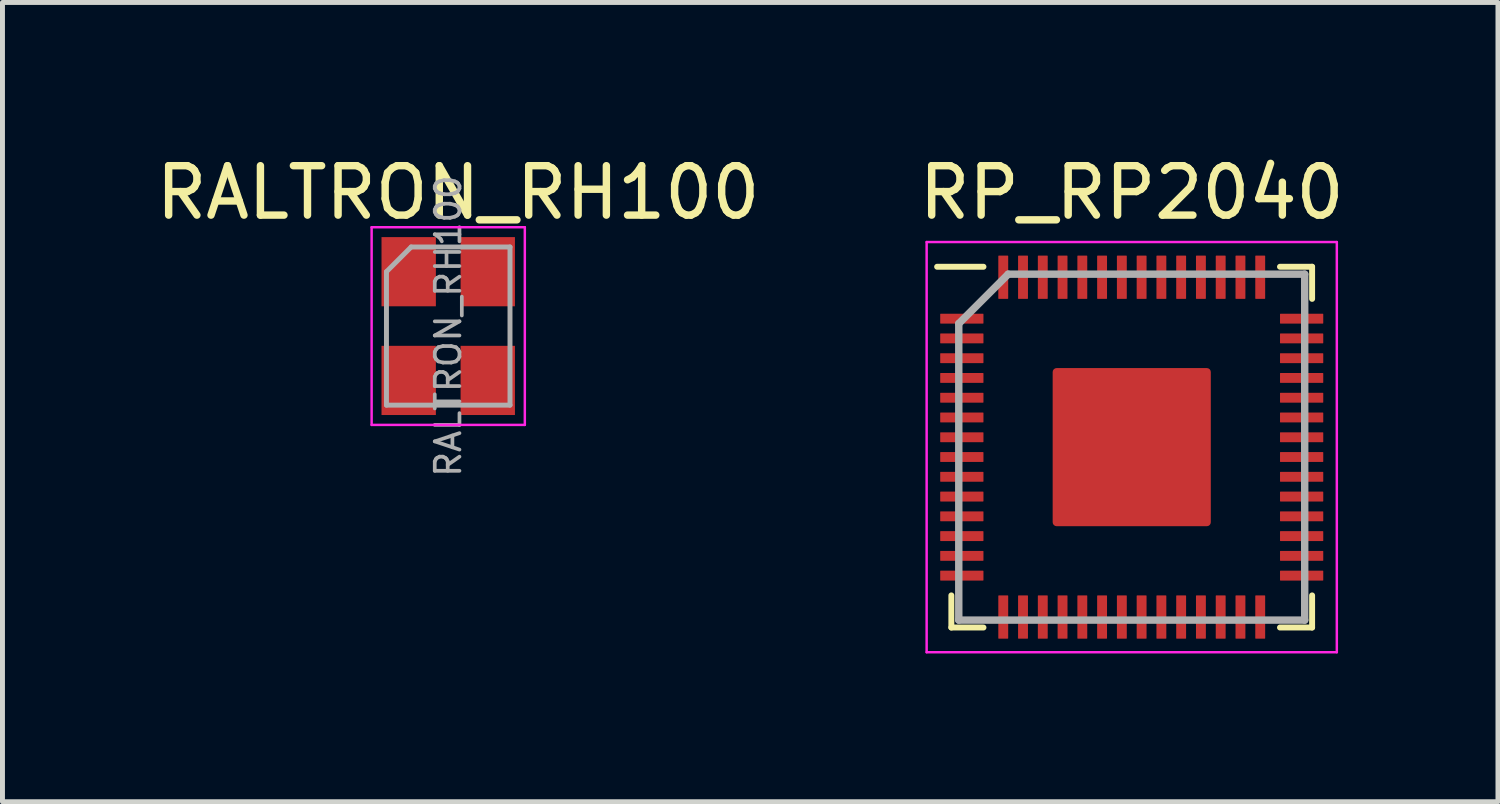
<source format=kicad_pcb>
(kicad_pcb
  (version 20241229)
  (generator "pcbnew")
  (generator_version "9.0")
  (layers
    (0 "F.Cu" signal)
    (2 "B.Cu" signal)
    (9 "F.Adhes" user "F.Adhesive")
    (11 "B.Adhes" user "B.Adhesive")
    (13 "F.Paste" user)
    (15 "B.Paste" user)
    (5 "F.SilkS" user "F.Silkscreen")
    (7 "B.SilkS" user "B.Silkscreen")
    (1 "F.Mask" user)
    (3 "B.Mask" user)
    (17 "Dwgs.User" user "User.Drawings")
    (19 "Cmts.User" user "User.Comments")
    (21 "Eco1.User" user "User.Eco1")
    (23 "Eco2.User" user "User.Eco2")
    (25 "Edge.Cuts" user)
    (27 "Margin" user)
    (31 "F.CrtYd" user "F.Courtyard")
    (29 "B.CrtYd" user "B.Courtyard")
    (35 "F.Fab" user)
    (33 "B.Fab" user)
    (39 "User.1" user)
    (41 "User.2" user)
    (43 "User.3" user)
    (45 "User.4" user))
  (footprint "RALTRON_RH100"
    (layer "F.Cu")
    (at 6.02 3.548)
    (property "Reference" "RALTRON_RH100" (at 0.2 -2.7 0) (layer "F.SilkS") (effects (font (size 1 1) (thickness 0.15))))
    (attr smd)
    (fp_line (start -1.55 -2) (end -1.55 2) (stroke (width 0.05) (type solid)) (layer "F.CrtYd"))
    (fp_line (start -1.55 2) (end 1.55 2) (stroke (width 0.05) (type solid)) (layer "F.CrtYd"))
    (fp_line (start 1.55 -2) (end -1.55 -2) (stroke (width 0.05) (type solid)) (layer "F.CrtYd"))
    (fp_line (start 1.55 2) (end 1.55 -2) (stroke (width 0.05) (type solid)) (layer "F.CrtYd"))
    (fp_line (start -1.25 -1.1) (end -0.75 -1.6) (stroke (width 0.1) (type solid)) (layer "F.Fab"))
    (fp_line (start -1.25 1.6) (end -1.25 -1.1) (stroke (width 0.1) (type solid)) (layer "F.Fab"))
    (fp_line (start -0.75 -1.6) (end 1.25 -1.6) (stroke (width 0.1) (type solid)) (layer "F.Fab"))
    (fp_line (start 1.25 -1.6) (end 1.25 1.6) (stroke (width 0.1) (type solid)) (layer "F.Fab"))
    (fp_line (start 1.25 1.6) (end -1.25 1.6) (stroke (width 0.1) (type solid)) (layer "F.Fab"))
    (fp_text user "${REFERENCE}" (at 0 0 270) (layer "F.Fab") (effects (font (size 0.5 0.5) (thickness 0.075))))
    (pad "1" smd rect (at -0.8 -1.1 270) (size 1.4 1.1) (layers "F.Cu" "F.Mask" "F.Paste"))
    (pad "2" smd rect (at -0.8 1.1 270) (size 1.4 1.1) (layers "F.Cu" "F.Mask" "F.Paste"))
    (pad "3" smd rect (at 0.8 1.1 270) (size 1.4 1.1) (layers "F.Cu" "F.Mask" "F.Paste"))
    (pad "4" smd rect (at 0.8 -1.1 270) (size 1.4 1.1) (layers "F.Cu" "F.Mask" "F.Paste")))
  (footprint "RP_RP2040"
    (layer "F.Cu")
    (at 19.851 5.998)
    (property "Reference" "RP_RP2040" (at 0 -5.15 0) (layer "F.SilkS") (effects (font (size 1 1) (thickness 0.15))))
    (attr through_hole)
    (fp_line (start -3.65 3.65) (end -3.65 3) (stroke (width 0.12) (type solid)) (layer "F.SilkS"))
    (fp_line (start -3 -3.65) (end -3.938 -3.65) (stroke (width 0.12) (type solid)) (layer "F.SilkS"))
    (fp_line (start -3 3.65) (end -3.65 3.65) (stroke (width 0.12) (type solid)) (layer "F.SilkS"))
    (fp_line (start 3 -3.65) (end 3.65 -3.65) (stroke (width 0.12) (type solid)) (layer "F.SilkS"))
    (fp_line (start 3 3.65) (end 3.65 3.65) (stroke (width 0.12) (type solid)) (layer "F.SilkS"))
    (fp_line (start 3.65 -3.65) (end 3.65 -3) (stroke (width 0.12) (type solid)) (layer "F.SilkS"))
    (fp_line (start 3.65 3.65) (end 3.65 3) (stroke (width 0.12) (type solid)) (layer "F.SilkS"))
    (fp_poly (pts (xy -3.225 -2.65) (xy -3.225 -2.55) (xy -3.775 -2.55) (xy -3.775 -2.65)) (stroke (width 0.1) (type solid)) (fill yes) (layer "F.Paste"))
    (fp_poly (pts (xy -3.225 -2.25) (xy -3.225 -2.15) (xy -3.775 -2.15) (xy -3.775 -2.25)) (stroke (width 0.1) (type solid)) (fill yes) (layer "F.Paste"))
    (fp_poly (pts (xy -3.225 -1.85) (xy -3.225 -1.75) (xy -3.775 -1.75) (xy -3.775 -1.85)) (stroke (width 0.1) (type solid)) (fill yes) (layer "F.Paste"))
    (fp_poly (pts (xy -3.225 -1.45) (xy -3.225 -1.35) (xy -3.775 -1.35) (xy -3.775 -1.45)) (stroke (width 0.1) (type solid)) (fill yes) (layer "F.Paste"))
    (fp_poly (pts (xy -3.225 -1.05) (xy -3.225 -0.95) (xy -3.775 -0.95) (xy -3.775 -1.05)) (stroke (width 0.1) (type solid)) (fill yes) (layer "F.Paste"))
    (fp_poly (pts (xy -3.225 -0.65) (xy -3.225 -0.55) (xy -3.775 -0.55) (xy -3.775 -0.65)) (stroke (width 0.1) (type solid)) (fill yes) (layer "F.Paste"))
    (fp_poly (pts (xy -3.225 -0.25) (xy -3.225 -0.15) (xy -3.775 -0.15) (xy -3.775 -0.25)) (stroke (width 0.1) (type solid)) (fill yes) (layer "F.Paste"))
    (fp_poly (pts (xy -3.225 0.15) (xy -3.225 0.25) (xy -3.775 0.25) (xy -3.775 0.15)) (stroke (width 0.1) (type solid)) (fill yes) (layer "F.Paste"))
    (fp_poly (pts (xy -3.225 0.55) (xy -3.225 0.65) (xy -3.775 0.65) (xy -3.775 0.55)) (stroke (width 0.1) (type solid)) (fill yes) (layer "F.Paste"))
    (fp_poly (pts (xy -3.225 0.95) (xy -3.225 1.05) (xy -3.775 1.05) (xy -3.775 0.95)) (stroke (width 0.1) (type solid)) (fill yes) (layer "F.Paste"))
    (fp_poly (pts (xy -3.225 1.35) (xy -3.225 1.45) (xy -3.775 1.45) (xy -3.775 1.35)) (stroke (width 0.1) (type solid)) (fill yes) (layer "F.Paste"))
    (fp_poly (pts (xy -3.225 1.75) (xy -3.225 1.85) (xy -3.775 1.85) (xy -3.775 1.75)) (stroke (width 0.1) (type solid)) (fill yes) (layer "F.Paste"))
    (fp_poly (pts (xy -3.225 2.15) (xy -3.225 2.25) (xy -3.775 2.25) (xy -3.775 2.15)) (stroke (width 0.1) (type solid)) (fill yes) (layer "F.Paste"))
    (fp_poly (pts (xy -3.225 2.55) (xy -3.225 2.65) (xy -3.775 2.65) (xy -3.775 2.55)) (stroke (width 0.1) (type solid)) (fill yes) (layer "F.Paste"))
    (fp_poly (pts (xy -2.65 3.225) (xy -2.55 3.225) (xy -2.55 3.775) (xy -2.65 3.775)) (stroke (width 0.1) (type solid)) (fill yes) (layer "F.Paste"))
    (fp_poly (pts (xy -2.55 -3.225) (xy -2.65 -3.225) (xy -2.65 -3.775) (xy -2.55 -3.775)) (stroke (width 0.1) (type solid)) (fill yes) (layer "F.Paste"))
    (fp_poly (pts (xy -2.25 3.225) (xy -2.15 3.225) (xy -2.15 3.775) (xy -2.25 3.775)) (stroke (width 0.1) (type solid)) (fill yes) (layer "F.Paste"))
    (fp_poly (pts (xy -2.15 -3.225) (xy -2.25 -3.225) (xy -2.25 -3.775) (xy -2.15 -3.775)) (stroke (width 0.1) (type solid)) (fill yes) (layer "F.Paste"))
    (fp_poly (pts (xy -1.85 3.225) (xy -1.75 3.225) (xy -1.75 3.775) (xy -1.85 3.775)) (stroke (width 0.1) (type solid)) (fill yes) (layer "F.Paste"))
    (fp_poly (pts (xy -1.75 -3.225) (xy -1.85 -3.225) (xy -1.85 -3.775) (xy -1.75 -3.775)) (stroke (width 0.1) (type solid)) (fill yes) (layer "F.Paste"))
    (fp_poly (pts (xy -1.45 3.225) (xy -1.35 3.225) (xy -1.35 3.775) (xy -1.45 3.775)) (stroke (width 0.1) (type solid)) (fill yes) (layer "F.Paste"))
    (fp_poly (pts (xy -1.35 -3.225) (xy -1.45 -3.225) (xy -1.45 -3.775) (xy -1.35 -3.775)) (stroke (width 0.1) (type solid)) (fill yes) (layer "F.Paste"))
    (fp_poly (pts (xy -1.05 3.225) (xy -0.95 3.225) (xy -0.95 3.775) (xy -1.05 3.775)) (stroke (width 0.1) (type solid)) (fill yes) (layer "F.Paste"))
    (fp_poly (pts (xy -0.95 -3.225) (xy -1.05 -3.225) (xy -1.05 -3.775) (xy -0.95 -3.775)) (stroke (width 0.1) (type solid)) (fill yes) (layer "F.Paste"))
    (fp_poly (pts (xy -0.65 3.225) (xy -0.55 3.225) (xy -0.55 3.775) (xy -0.65 3.775)) (stroke (width 0.1) (type solid)) (fill yes) (layer "F.Paste"))
    (fp_poly (pts (xy -0.55 -3.225) (xy -0.65 -3.225) (xy -0.65 -3.775) (xy -0.55 -3.775)) (stroke (width 0.1) (type solid)) (fill yes) (layer "F.Paste"))
    (fp_poly (pts (xy -0.3 -0.3) (xy -1.3 -0.3) (xy -1.3 -1.3) (xy -0.3 -1.3)) (stroke (width 0.12) (type solid)) (fill yes) (layer "F.Paste"))
    (fp_poly (pts (xy -0.3 1.3) (xy -1.3 1.3) (xy -1.3 0.3) (xy -0.3 0.3)) (stroke (width 0.12) (type solid)) (fill yes) (layer "F.Paste"))
    (fp_poly (pts (xy -0.25 3.225) (xy -0.15 3.225) (xy -0.15 3.775) (xy -0.25 3.775)) (stroke (width 0.1) (type solid)) (fill yes) (layer "F.Paste"))
    (fp_poly (pts (xy -0.15 -3.225) (xy -0.25 -3.225) (xy -0.25 -3.775) (xy -0.15 -3.775)) (stroke (width 0.1) (type solid)) (fill yes) (layer "F.Paste"))
    (fp_poly (pts (xy 0.15 3.225) (xy 0.25 3.225) (xy 0.25 3.775) (xy 0.15 3.775)) (stroke (width 0.1) (type solid)) (fill yes) (layer "F.Paste"))
    (fp_poly (pts (xy 0.25 -3.225) (xy 0.15 -3.225) (xy 0.15 -3.775) (xy 0.25 -3.775)) (stroke (width 0.1) (type solid)) (fill yes) (layer "F.Paste"))
    (fp_poly (pts (xy 0.55 3.225) (xy 0.65 3.225) (xy 0.65 3.775) (xy 0.55 3.775)) (stroke (width 0.1) (type solid)) (fill yes) (layer "F.Paste"))
    (fp_poly (pts (xy 0.65 -3.225) (xy 0.55 -3.225) (xy 0.55 -3.775) (xy 0.65 -3.775)) (stroke (width 0.1) (type solid)) (fill yes) (layer "F.Paste"))
    (fp_poly (pts (xy 0.95 3.225) (xy 1.05 3.225) (xy 1.05 3.775) (xy 0.95 3.775)) (stroke (width 0.1) (type solid)) (fill yes) (layer "F.Paste"))
    (fp_poly (pts (xy 1.05 -3.225) (xy 0.95 -3.225) (xy 0.95 -3.775) (xy 1.05 -3.775)) (stroke (width 0.1) (type solid)) (fill yes) (layer "F.Paste"))
    (fp_poly (pts (xy 1.3 -0.3) (xy 0.3 -0.3) (xy 0.3 -1.3) (xy 1.3 -1.3)) (stroke (width 0.12) (type solid)) (fill yes) (layer "F.Paste"))
    (fp_poly (pts (xy 1.3 1.3) (xy 0.3 1.3) (xy 0.3 0.3) (xy 1.3 0.3)) (stroke (width 0.12) (type solid)) (fill yes) (layer "F.Paste"))
    (fp_poly (pts (xy 1.35 3.225) (xy 1.45 3.225) (xy 1.45 3.775) (xy 1.35 3.775)) (stroke (width 0.1) (type solid)) (fill yes) (layer "F.Paste"))
    (fp_poly (pts (xy 1.45 -3.225) (xy 1.35 -3.225) (xy 1.35 -3.775) (xy 1.45 -3.775)) (stroke (width 0.1) (type solid)) (fill yes) (layer "F.Paste"))
    (fp_poly (pts (xy 1.75 3.225) (xy 1.85 3.225) (xy 1.85 3.775) (xy 1.75 3.775)) (stroke (width 0.1) (type solid)) (fill yes) (layer "F.Paste"))
    (fp_poly (pts (xy 1.85 -3.225) (xy 1.75 -3.225) (xy 1.75 -3.775) (xy 1.85 -3.775)) (stroke (width 0.1) (type solid)) (fill yes) (layer "F.Paste"))
    (fp_poly (pts (xy 2.15 3.225) (xy 2.25 3.225) (xy 2.25 3.775) (xy 2.15 3.775)) (stroke (width 0.1) (type solid)) (fill yes) (layer "F.Paste"))
    (fp_poly (pts (xy 2.25 -3.225) (xy 2.15 -3.225) (xy 2.15 -3.775) (xy 2.25 -3.775)) (stroke (width 0.1) (type solid)) (fill yes) (layer "F.Paste"))
    (fp_poly (pts (xy 2.55 3.225) (xy 2.65 3.225) (xy 2.65 3.775) (xy 2.55 3.775)) (stroke (width 0.1) (type solid)) (fill yes) (layer "F.Paste"))
    (fp_poly (pts (xy 2.65 -3.225) (xy 2.55 -3.225) (xy 2.55 -3.775) (xy 2.65 -3.775)) (stroke (width 0.1) (type solid)) (fill yes) (layer "F.Paste"))
    (fp_poly (pts (xy 3.225 -2.55) (xy 3.225 -2.65) (xy 3.775 -2.65) (xy 3.775 -2.55)) (stroke (width 0.1) (type solid)) (fill yes) (layer "F.Paste"))
    (fp_poly (pts (xy 3.225 -2.15) (xy 3.225 -2.25) (xy 3.775 -2.25) (xy 3.775 -2.15)) (stroke (width 0.1) (type solid)) (fill yes) (layer "F.Paste"))
    (fp_poly (pts (xy 3.225 -1.75) (xy 3.225 -1.85) (xy 3.775 -1.85) (xy 3.775 -1.75)) (stroke (width 0.1) (type solid)) (fill yes) (layer "F.Paste"))
    (fp_poly (pts (xy 3.225 -1.35) (xy 3.225 -1.45) (xy 3.775 -1.45) (xy 3.775 -1.35)) (stroke (width 0.1) (type solid)) (fill yes) (layer "F.Paste"))
    (fp_poly (pts (xy 3.225 -0.95) (xy 3.225 -1.05) (xy 3.775 -1.05) (xy 3.775 -0.95)) (stroke (width 0.1) (type solid)) (fill yes) (layer "F.Paste"))
    (fp_poly (pts (xy 3.225 -0.55) (xy 3.225 -0.65) (xy 3.775 -0.65) (xy 3.775 -0.55)) (stroke (width 0.1) (type solid)) (fill yes) (layer "F.Paste"))
    (fp_poly (pts (xy 3.225 -0.15) (xy 3.225 -0.25) (xy 3.775 -0.25) (xy 3.775 -0.15)) (stroke (width 0.1) (type solid)) (fill yes) (layer "F.Paste"))
    (fp_poly (pts (xy 3.225 0.25) (xy 3.225 0.15) (xy 3.775 0.15) (xy 3.775 0.25)) (stroke (width 0.1) (type solid)) (fill yes) (layer "F.Paste"))
    (fp_poly (pts (xy 3.225 0.65) (xy 3.225 0.55) (xy 3.775 0.55) (xy 3.775 0.65)) (stroke (width 0.1) (type solid)) (fill yes) (layer "F.Paste"))
    (fp_poly (pts (xy 3.225 1.05) (xy 3.225 0.95) (xy 3.775 0.95) (xy 3.775 1.05)) (stroke (width 0.1) (type solid)) (fill yes) (layer "F.Paste"))
    (fp_poly (pts (xy 3.225 1.45) (xy 3.225 1.35) (xy 3.775 1.35) (xy 3.775 1.45)) (stroke (width 0.1) (type solid)) (fill yes) (layer "F.Paste"))
    (fp_poly (pts (xy 3.225 1.85) (xy 3.225 1.75) (xy 3.775 1.75) (xy 3.775 1.85)) (stroke (width 0.1) (type solid)) (fill yes) (layer "F.Paste"))
    (fp_poly (pts (xy 3.225 2.25) (xy 3.225 2.15) (xy 3.775 2.15) (xy 3.775 2.25)) (stroke (width 0.1) (type solid)) (fill yes) (layer "F.Paste"))
    (fp_poly (pts (xy 3.225 2.65) (xy 3.225 2.55) (xy 3.775 2.55) (xy 3.775 2.65)) (stroke (width 0.1) (type solid)) (fill yes) (layer "F.Paste"))
    (fp_line (start -4.15 -4.15) (end 4.15 -4.15) (stroke (width 0.05) (type solid)) (layer "F.CrtYd"))
    (fp_line (start -4.15 4.15) (end -4.15 -4.15) (stroke (width 0.05) (type solid)) (layer "F.CrtYd"))
    (fp_line (start 4.15 -4.15) (end 4.15 4.15) (stroke (width 0.05) (type solid)) (layer "F.CrtYd"))
    (fp_line (start 4.15 4.15) (end -4.15 4.15) (stroke (width 0.05) (type solid)) (layer "F.CrtYd"))
    (fp_line (start -3.5 -2.5) (end -3.5 3.5) (stroke (width 0.15) (type solid)) (layer "F.Fab"))
    (fp_line (start -3.5 3.5) (end 3.5 3.5) (stroke (width 0.15) (type solid)) (layer "F.Fab"))
    (fp_line (start -2.5 -3.5) (end -3.5 -2.5) (stroke (width 0.15) (type solid)) (layer "F.Fab"))
    (fp_line (start 3.5 -3.5) (end -2.5 -3.5) (stroke (width 0.15) (type solid)) (layer "F.Fab"))
    (fp_line (start 3.5 3.5) (end 3.5 -3.5) (stroke (width 0.15) (type solid)) (layer "F.Fab"))
    (pad "1" smd roundrect (at -3.438 -2.6 90) (size 0.2 0.875) (layers "F.Cu" "F.Mask") (roundrect_rratio 0.05))
    (pad "2" smd roundrect (at -3.438 -2.2 90) (size 0.2 0.875) (layers "F.Cu" "F.Mask") (roundrect_rratio 0.05))
    (pad "3" smd roundrect (at -3.438 -1.8 90) (size 0.2 0.875) (layers "F.Cu" "F.Mask") (roundrect_rratio 0.05))
    (pad "4" smd roundrect (at -3.438 -1.4 90) (size 0.2 0.875) (layers "F.Cu" "F.Mask") (roundrect_rratio 0.05))
    (pad "5" smd roundrect (at -3.438 -1 90) (size 0.2 0.875) (layers "F.Cu" "F.Mask") (roundrect_rratio 0.05))
    (pad "6" smd roundrect (at -3.438 -0.6 90) (size 0.2 0.875) (layers "F.Cu" "F.Mask") (roundrect_rratio 0.05))
    (pad "7" smd roundrect (at -3.438 -0.2 90) (size 0.2 0.875) (layers "F.Cu" "F.Mask") (roundrect_rratio 0.05))
    (pad "8" smd roundrect (at -3.438 0.2 90) (size 0.2 0.875) (layers "F.Cu" "F.Mask") (roundrect_rratio 0.05))
    (pad "9" smd roundrect (at -3.438 0.6 90) (size 0.2 0.875) (layers "F.Cu" "F.Mask") (roundrect_rratio 0.05))
    (pad "10" smd roundrect (at -3.438 1 90) (size 0.2 0.875) (layers "F.Cu" "F.Mask") (roundrect_rratio 0.05))
    (pad "11" smd roundrect (at -3.438 1.4 90) (size 0.2 0.875) (layers "F.Cu" "F.Mask") (roundrect_rratio 0.05))
    (pad "12" smd roundrect (at -3.438 1.8 90) (size 0.2 0.875) (layers "F.Cu" "F.Mask") (roundrect_rratio 0.05))
    (pad "13" smd roundrect (at -3.438 2.2 90) (size 0.2 0.875) (layers "F.Cu" "F.Mask") (roundrect_rratio 0.05))
    (pad "14" smd roundrect (at -3.438 2.6 90) (size 0.2 0.875) (layers "F.Cu" "F.Mask") (roundrect_rratio 0.05))
    (pad "15" smd roundrect (at -2.6 3.438) (size 0.2 0.875) (layers "F.Cu" "F.Mask") (roundrect_rratio 0.05))
    (pad "16" smd roundrect (at -2.2 3.438) (size 0.2 0.875) (layers "F.Cu" "F.Mask") (roundrect_rratio 0.05))
    (pad "17" smd roundrect (at -1.8 3.438) (size 0.2 0.875) (layers "F.Cu" "F.Mask") (roundrect_rratio 0.05))
    (pad "18" smd roundrect (at -1.4 3.438) (size 0.2 0.875) (layers "F.Cu" "F.Mask") (roundrect_rratio 0.05))
    (pad "19" smd roundrect (at -1 3.438) (size 0.2 0.875) (layers "F.Cu" "F.Mask") (roundrect_rratio 0.05))
    (pad "20" smd roundrect (at -0.6 3.438) (size 0.2 0.875) (layers "F.Cu" "F.Mask") (roundrect_rratio 0.05))
    (pad "21" smd roundrect (at -0.2 3.438) (size 0.2 0.875) (layers "F.Cu" "F.Mask") (roundrect_rratio 0.05))
    (pad "22" smd roundrect (at 0.2 3.438) (size 0.2 0.875) (layers "F.Cu" "F.Mask") (roundrect_rratio 0.05))
    (pad "23" smd roundrect (at 0.6 3.438) (size 0.2 0.875) (layers "F.Cu" "F.Mask") (roundrect_rratio 0.05))
    (pad "24" smd roundrect (at 1 3.438) (size 0.2 0.875) (layers "F.Cu" "F.Mask") (roundrect_rratio 0.05))
    (pad "25" smd roundrect (at 1.4 3.438) (size 0.2 0.875) (layers "F.Cu" "F.Mask") (roundrect_rratio 0.05))
    (pad "26" smd roundrect (at 1.8 3.438) (size 0.2 0.875) (layers "F.Cu" "F.Mask") (roundrect_rratio 0.05))
    (pad "27" smd roundrect (at 2.2 3.438) (size 0.2 0.875) (layers "F.Cu" "F.Mask") (roundrect_rratio 0.05))
    (pad "28" smd roundrect (at 2.6 3.438) (size 0.2 0.875) (layers "F.Cu" "F.Mask") (roundrect_rratio 0.05))
    (pad "29" smd roundrect (at 3.438 2.6 90) (size 0.2 0.875) (layers "F.Cu" "F.Mask") (roundrect_rratio 0.05))
    (pad "30" smd roundrect (at 3.438 2.2 90) (size 0.2 0.875) (layers "F.Cu" "F.Mask") (roundrect_rratio 0.05))
    (pad "31" smd roundrect (at 3.438 1.8 90) (size 0.2 0.875) (layers "F.Cu" "F.Mask") (roundrect_rratio 0.05))
    (pad "32" smd roundrect (at 3.438 1.4 90) (size 0.2 0.875) (layers "F.Cu" "F.Mask") (roundrect_rratio 0.05))
    (pad "33" smd roundrect (at 3.438 1 90) (size 0.2 0.875) (layers "F.Cu" "F.Mask") (roundrect_rratio 0.05))
    (pad "34" smd roundrect (at 3.438 0.6 90) (size 0.2 0.875) (layers "F.Cu" "F.Mask") (roundrect_rratio 0.05))
    (pad "35" smd roundrect (at 3.438 0.2 90) (size 0.2 0.875) (layers "F.Cu" "F.Mask") (roundrect_rratio 0.05))
    (pad "36" smd roundrect (at 3.438 -0.2 90) (size 0.2 0.875) (layers "F.Cu" "F.Mask") (roundrect_rratio 0.05))
    (pad "37" smd roundrect (at 3.438 -0.6 90) (size 0.2 0.875) (layers "F.Cu" "F.Mask") (roundrect_rratio 0.05))
    (pad "38" smd roundrect (at 3.438 -1 90) (size 0.2 0.875) (layers "F.Cu" "F.Mask") (roundrect_rratio 0.05))
    (pad "39" smd roundrect (at 3.438 -1.4 90) (size 0.2 0.875) (layers "F.Cu" "F.Mask") (roundrect_rratio 0.05))
    (pad "40" smd roundrect (at 3.438 -1.8 90) (size 0.2 0.875) (layers "F.Cu" "F.Mask") (roundrect_rratio 0.05))
    (pad "41" smd roundrect (at 3.438 -2.2 90) (size 0.2 0.875) (layers "F.Cu" "F.Mask") (roundrect_rratio 0.05))
    (pad "42" smd roundrect (at 3.438 -2.6 90) (size 0.2 0.875) (layers "F.Cu" "F.Mask") (roundrect_rratio 0.05))
    (pad "43" smd roundrect (at 2.6 -3.438) (size 0.2 0.875) (layers "F.Cu" "F.Mask") (roundrect_rratio 0.05))
    (pad "44" smd roundrect (at 2.2 -3.438) (size 0.2 0.875) (layers "F.Cu" "F.Mask") (roundrect_rratio 0.05))
    (pad "45" smd roundrect (at 1.8 -3.438) (size 0.2 0.875) (layers "F.Cu" "F.Mask") (roundrect_rratio 0.05))
    (pad "46" smd roundrect (at 1.4 -3.438) (size 0.2 0.875) (layers "F.Cu" "F.Mask") (roundrect_rratio 0.05))
    (pad "47" smd roundrect (at 1 -3.438) (size 0.2 0.875) (layers "F.Cu" "F.Mask") (roundrect_rratio 0.05))
    (pad "48" smd roundrect (at 0.6 -3.438) (size 0.2 0.875) (layers "F.Cu" "F.Mask") (roundrect_rratio 0.05))
    (pad "49" smd roundrect (at 0.2 -3.438) (size 0.2 0.875) (layers "F.Cu" "F.Mask") (roundrect_rratio 0.05))
    (pad "50" smd roundrect (at -0.2 -3.438) (size 0.2 0.875) (layers "F.Cu" "F.Mask") (roundrect_rratio 0.05))
    (pad "51" smd roundrect (at -0.6 -3.438) (size 0.2 0.875) (layers "F.Cu" "F.Mask") (roundrect_rratio 0.05))
    (pad "52" smd roundrect (at -1 -3.438) (size 0.2 0.875) (layers "F.Cu" "F.Mask") (roundrect_rratio 0.05))
    (pad "53" smd roundrect (at -1.4 -3.438) (size 0.2 0.875) (layers "F.Cu" "F.Mask") (roundrect_rratio 0.05))
    (pad "54" smd roundrect (at -1.8 -3.438) (size 0.2 0.875) (layers "F.Cu" "F.Mask") (roundrect_rratio 0.05))
    (pad "55" smd roundrect (at -2.2 -3.438) (size 0.2 0.875) (layers "F.Cu" "F.Mask") (roundrect_rratio 0.05))
    (pad "56" smd roundrect (at -2.6 -3.438) (size 0.2 0.875) (layers "F.Cu" "F.Mask") (roundrect_rratio 0.05))
    (pad "57" smd roundrect (at 0 0) (size 3.2 3.2) (layers "F.Cu" "F.Mask") (roundrect_rratio 0.025)))
  (gr_rect
    (start -3 -3)
    (end 27.262 13.173)
    (stroke (width 0.1) (type default))
    (fill no)
    (layer "Edge.Cuts")))
</source>
